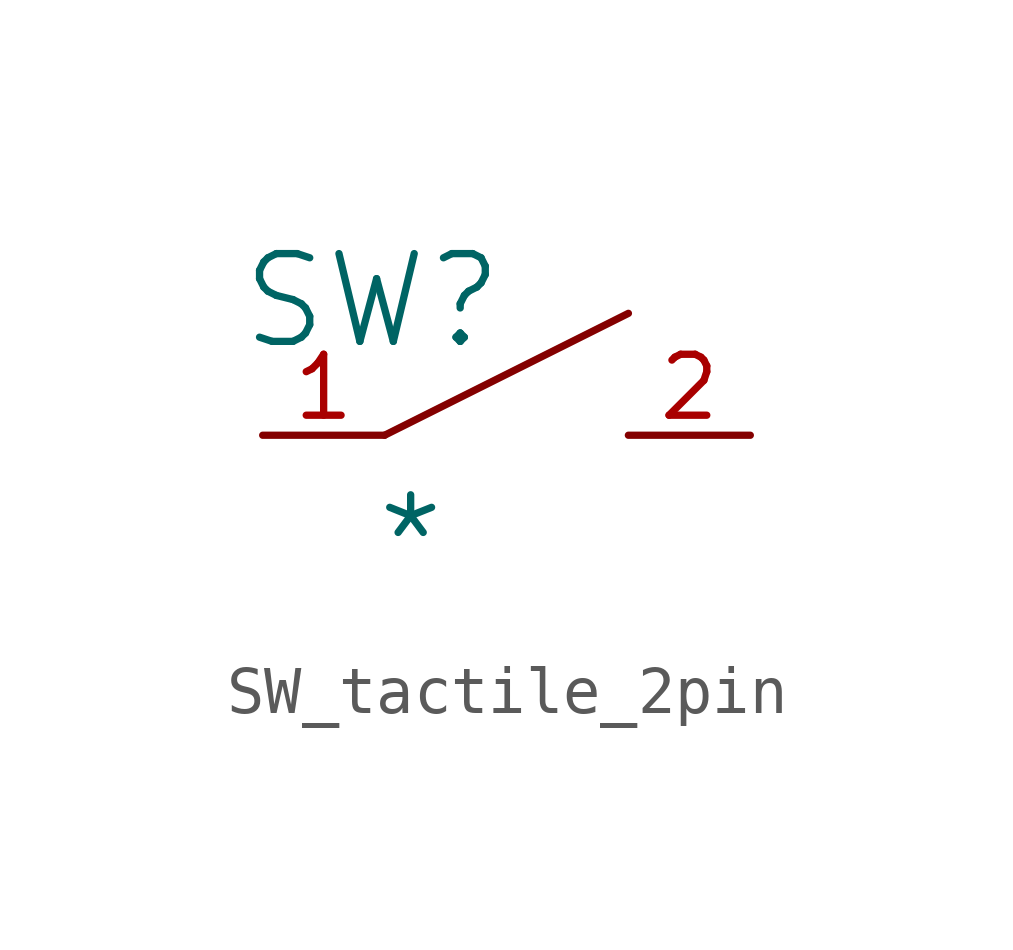
<source format=kicad_sym>
(kicad_symbol_lib
  (version 20241209)
  (generator "kicad_symbol_editor")
  (generator_version "9.0")
  (symbol "SW_tactile_2pin"
    (pin_names
      (hide yes))
    (property "Reference" "SW"
      (at -0.254 0.254 0)
      (effects (font (size 1.829 1.829))))
    (property "Value" "*"
      (at -0.254 -5.842 0)
      (effects (font (size 1.829 1.829)) (justify left bottom)))
    (symbol "SW_tactile_2pin_1_0"
      (polyline (pts (xy 0 -2.54) (xy 5.08 0)) (stroke (width 0) (type solid)) (fill (type none)))
      (pin passive line (at -2.54 -2.54 0) (length 2.54) (name "1" (effects (font (size 1.27 1.27)))) (number "1" (effects (font (size 1.27 1.27)))))
      (pin passive line (at 7.62 -2.54 180) (length 2.54) (name "2" (effects (font (size 1.27 1.27)))) (number "2" (effects (font (size 1.27 1.27))))))))
</source>
